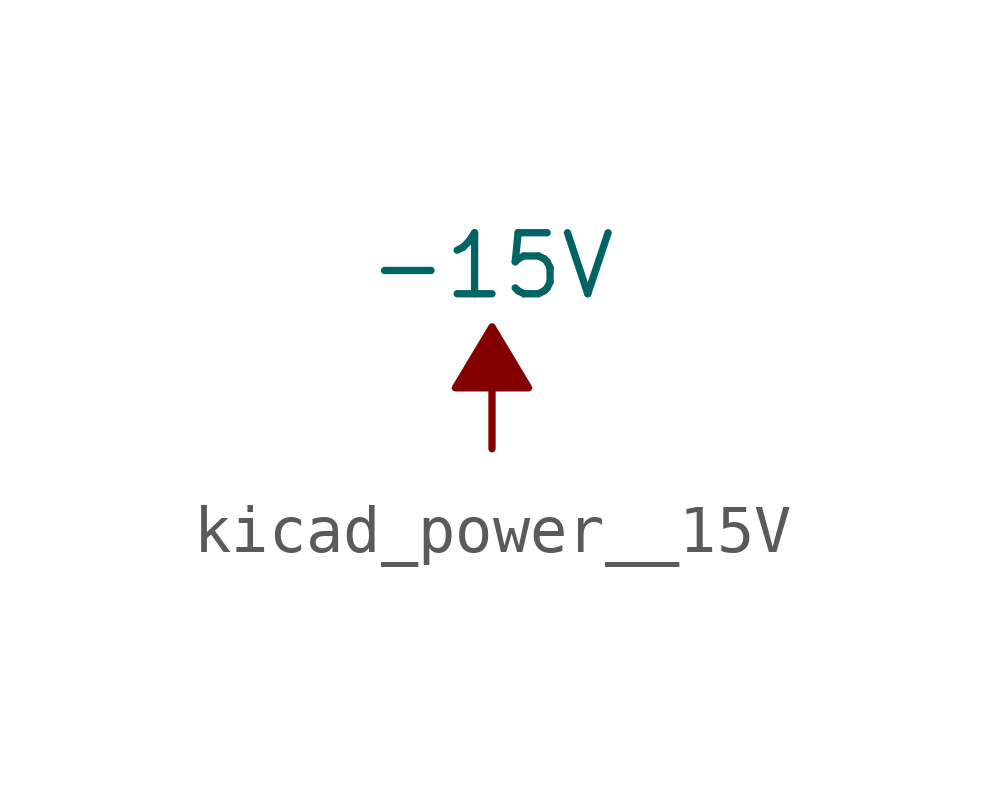
<source format=kicad_sym>
(kicad_symbol_lib
  (version 20220914)
  (generator kicad_symbol_editor)
  (symbol "kicad_power__15V"
    (power)
    (pin_names
      (offset 0))
    (property "Reference" "#PWR"
      (at 0 2.54 0)
      (effects (font (size 1.27 1.27)) hide))
    (property "Value" "-15V"
      (at 0 3.81 0)
      (effects (font (size 1.27 1.27))))
    (symbol "kicad_power__15V_0_0"
      (pin power_in line (at 0 0 90) (length 0) hide (name "-15V" (effects (font (size 1.27 1.27)))) (number "1" (effects (font (size 1.27 1.27))))))
    (symbol "kicad_power__15V_0_1"
      (polyline (pts (xy 0 0) (xy 0 1.27) (xy 0.762 1.27) (xy 0 2.54) (xy -0.762 1.27) (xy 0 1.27)) (stroke (width 0) (type default)) (fill (type outline))))))
</source>
